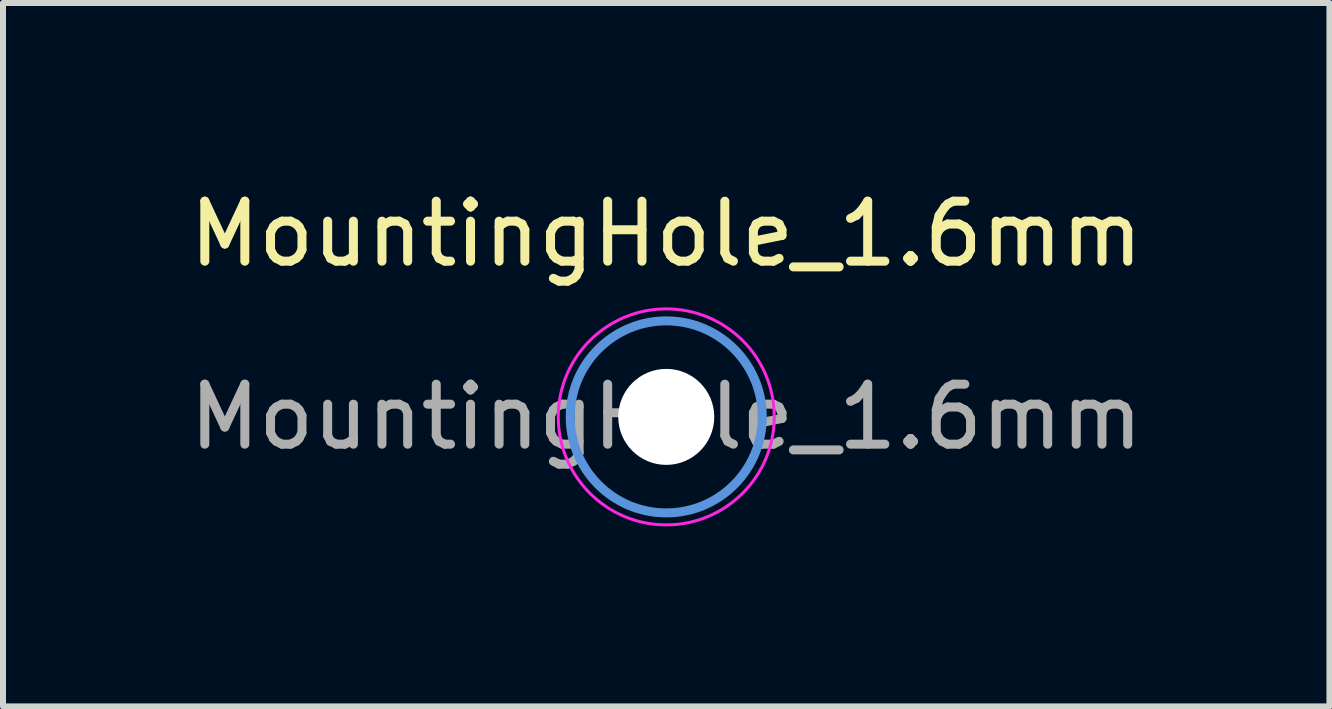
<source format=kicad_pcb>
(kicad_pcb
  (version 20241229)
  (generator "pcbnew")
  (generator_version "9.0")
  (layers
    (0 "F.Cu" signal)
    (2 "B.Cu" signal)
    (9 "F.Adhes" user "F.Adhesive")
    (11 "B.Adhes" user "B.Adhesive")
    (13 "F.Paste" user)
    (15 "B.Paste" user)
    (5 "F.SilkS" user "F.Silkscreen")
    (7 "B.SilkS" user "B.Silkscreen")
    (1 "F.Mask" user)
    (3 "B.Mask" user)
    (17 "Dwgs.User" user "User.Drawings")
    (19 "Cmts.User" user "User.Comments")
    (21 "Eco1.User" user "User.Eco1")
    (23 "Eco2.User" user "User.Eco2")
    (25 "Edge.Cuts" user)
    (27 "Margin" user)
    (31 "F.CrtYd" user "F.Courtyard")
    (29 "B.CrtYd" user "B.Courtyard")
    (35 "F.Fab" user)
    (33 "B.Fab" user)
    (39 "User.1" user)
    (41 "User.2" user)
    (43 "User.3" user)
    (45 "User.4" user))
  (footprint "MountingHole_1.6mm"
    (layer "F.Cu")
    (at 8.054 3.898)
    (property "Reference" "MountingHole_1.6mm" (at 0 -3.05 0) (layer "F.SilkS") (effects (font (size 1 1) (thickness 0.15))))
    (attr exclude_from_pos_files exclude_from_bom)
    (fp_circle (center 0 0) (end 1.6 0) (stroke (width 0.15) (type solid)) (fill no) (layer "Cmts.User"))
    (fp_circle (center 0 0) (end 1.8 0) (stroke (width 0.05) (type solid)) (fill no) (layer "F.CrtYd"))
    (fp_text user "${REFERENCE}" (at 0 0 0) (layer "F.Fab") (effects (font (size 1 1) (thickness 0.15))))
    (pad "" np_thru_hole circle (at 0 0) (size 1.6 1.6) (drill 2.1) (layers "*.Cu" "*.Mask")))
  (gr_rect
    (start -3 -3)
    (end 19.107 8.723)
    (stroke (width 0.1) (type default))
    (fill no)
    (layer "Edge.Cuts")))
</source>
